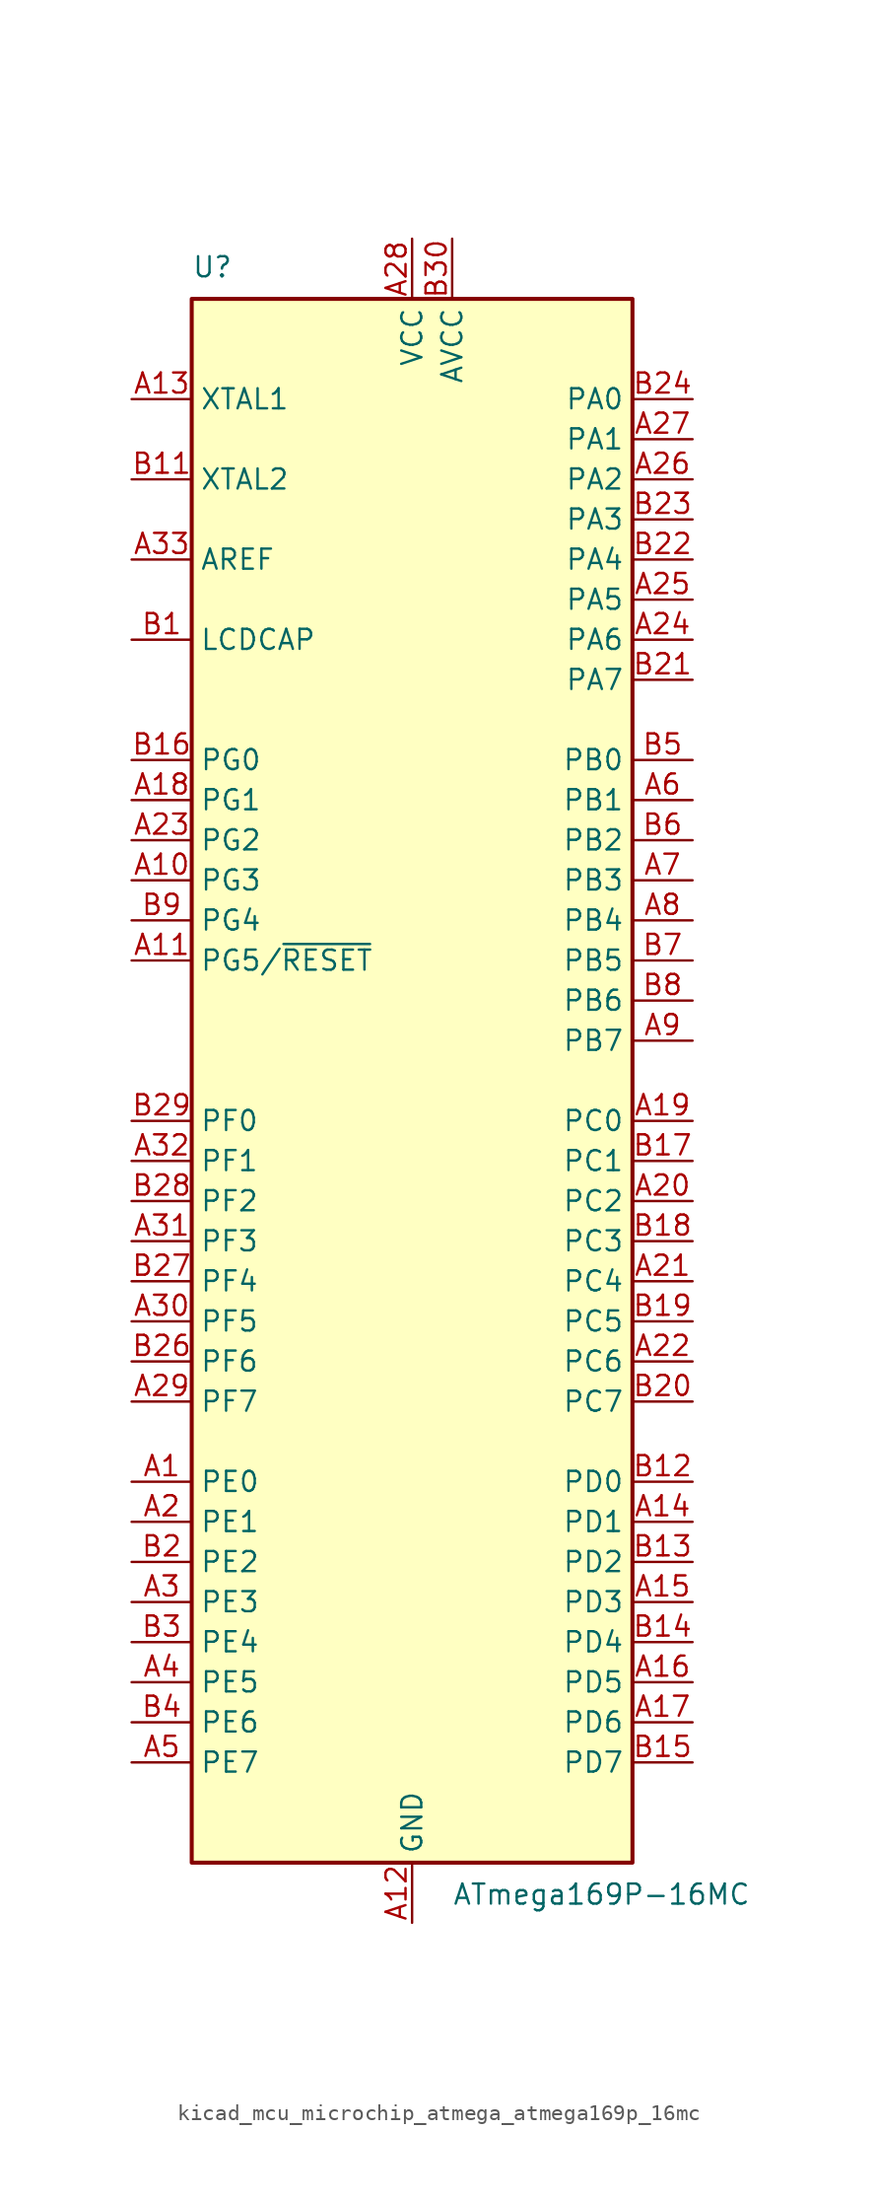
<source format=kicad_sym>
(kicad_symbol_lib
  (version 20220914)
  (generator kicad_symbol_editor)
  (symbol "kicad_mcu_microchip_atmega_atmega169p_16mc"
    (property "Reference" "U"
      (at -13.97 50.8 0)
      (effects (font (size 1.27 1.27)) (justify left bottom)))
    (property "Value" "ATmega169P-16MC"
      (at 2.54 -50.8 0)
      (effects (font (size 1.27 1.27)) (justify left top)))
    (symbol "kicad_mcu_microchip_atmega_atmega169p_16mc_0_1"
      (rectangle (start -13.97 -49.53) (end 13.97 49.53) (stroke (width 0.254) (type default)) (fill (type background))))
    (symbol "kicad_mcu_microchip_atmega_atmega169p_16mc_1_1"
      (pin bidirectional line (at -17.78 -25.4 0) (length 3.81) (name "PE0" (effects (font (size 1.27 1.27)))) (number "A1" (effects (font (size 1.27 1.27)))))
      (pin bidirectional line (at -17.78 12.7 0) (length 3.81) (name "PG3" (effects (font (size 1.27 1.27)))) (number "A10" (effects (font (size 1.27 1.27)))))
      (pin bidirectional line (at -17.78 7.62 0) (length 3.81) (name "PG5/~{RESET}" (effects (font (size 1.27 1.27)))) (number "A11" (effects (font (size 1.27 1.27)))))
      (pin power_in line (at 0 -53.34 90) (length 3.81) (name "GND" (effects (font (size 1.27 1.27)))) (number "A12" (effects (font (size 1.27 1.27)))))
      (pin input line (at -17.78 43.18 0) (length 3.81) (name "XTAL1" (effects (font (size 1.27 1.27)))) (number "A13" (effects (font (size 1.27 1.27)))))
      (pin bidirectional line (at 17.78 -27.94 180) (length 3.81) (name "PD1" (effects (font (size 1.27 1.27)))) (number "A14" (effects (font (size 1.27 1.27)))))
      (pin bidirectional line (at 17.78 -33.02 180) (length 3.81) (name "PD3" (effects (font (size 1.27 1.27)))) (number "A15" (effects (font (size 1.27 1.27)))))
      (pin bidirectional line (at 17.78 -38.1 180) (length 3.81) (name "PD5" (effects (font (size 1.27 1.27)))) (number "A16" (effects (font (size 1.27 1.27)))))
      (pin bidirectional line (at 17.78 -40.64 180) (length 3.81) (name "PD6" (effects (font (size 1.27 1.27)))) (number "A17" (effects (font (size 1.27 1.27)))))
      (pin bidirectional line (at -17.78 17.78 0) (length 3.81) (name "PG1" (effects (font (size 1.27 1.27)))) (number "A18" (effects (font (size 1.27 1.27)))))
      (pin bidirectional line (at 17.78 -2.54 180) (length 3.81) (name "PC0" (effects (font (size 1.27 1.27)))) (number "A19" (effects (font (size 1.27 1.27)))))
      (pin bidirectional line (at -17.78 -27.94 0) (length 3.81) (name "PE1" (effects (font (size 1.27 1.27)))) (number "A2" (effects (font (size 1.27 1.27)))))
      (pin bidirectional line (at 17.78 -7.62 180) (length 3.81) (name "PC2" (effects (font (size 1.27 1.27)))) (number "A20" (effects (font (size 1.27 1.27)))))
      (pin bidirectional line (at 17.78 -12.7 180) (length 3.81) (name "PC4" (effects (font (size 1.27 1.27)))) (number "A21" (effects (font (size 1.27 1.27)))))
      (pin bidirectional line (at 17.78 -17.78 180) (length 3.81) (name "PC6" (effects (font (size 1.27 1.27)))) (number "A22" (effects (font (size 1.27 1.27)))))
      (pin bidirectional line (at -17.78 15.24 0) (length 3.81) (name "PG2" (effects (font (size 1.27 1.27)))) (number "A23" (effects (font (size 1.27 1.27)))))
      (pin bidirectional line (at 17.78 27.94 180) (length 3.81) (name "PA6" (effects (font (size 1.27 1.27)))) (number "A24" (effects (font (size 1.27 1.27)))))
      (pin bidirectional line (at 17.78 30.48 180) (length 3.81) (name "PA5" (effects (font (size 1.27 1.27)))) (number "A25" (effects (font (size 1.27 1.27)))))
      (pin bidirectional line (at 17.78 38.1 180) (length 3.81) (name "PA2" (effects (font (size 1.27 1.27)))) (number "A26" (effects (font (size 1.27 1.27)))))
      (pin bidirectional line (at 17.78 40.64 180) (length 3.81) (name "PA1" (effects (font (size 1.27 1.27)))) (number "A27" (effects (font (size 1.27 1.27)))))
      (pin power_in line (at 0 53.34 270) (length 3.81) (name "VCC" (effects (font (size 1.27 1.27)))) (number "A28" (effects (font (size 1.27 1.27)))))
      (pin bidirectional line (at -17.78 -20.32 0) (length 3.81) (name "PF7" (effects (font (size 1.27 1.27)))) (number "A29" (effects (font (size 1.27 1.27)))))
      (pin bidirectional line (at -17.78 -33.02 0) (length 3.81) (name "PE3" (effects (font (size 1.27 1.27)))) (number "A3" (effects (font (size 1.27 1.27)))))
      (pin bidirectional line (at -17.78 -15.24 0) (length 3.81) (name "PF5" (effects (font (size 1.27 1.27)))) (number "A30" (effects (font (size 1.27 1.27)))))
      (pin bidirectional line (at -17.78 -10.16 0) (length 3.81) (name "PF3" (effects (font (size 1.27 1.27)))) (number "A31" (effects (font (size 1.27 1.27)))))
      (pin bidirectional line (at -17.78 -5.08 0) (length 3.81) (name "PF1" (effects (font (size 1.27 1.27)))) (number "A32" (effects (font (size 1.27 1.27)))))
      (pin passive line (at -17.78 33.02 0) (length 3.81) (name "AREF" (effects (font (size 1.27 1.27)))) (number "A33" (effects (font (size 1.27 1.27)))))
      (pin passive line (at 0 -53.34 90) (length 3.81) hide (name "GND" (effects (font (size 1.27 1.27)))) (number "A34" (effects (font (size 1.27 1.27)))))
      (pin bidirectional line (at -17.78 -38.1 0) (length 3.81) (name "PE5" (effects (font (size 1.27 1.27)))) (number "A4" (effects (font (size 1.27 1.27)))))
      (pin bidirectional line (at -17.78 -43.18 0) (length 3.81) (name "PE7" (effects (font (size 1.27 1.27)))) (number "A5" (effects (font (size 1.27 1.27)))))
      (pin bidirectional line (at 17.78 17.78 180) (length 3.81) (name "PB1" (effects (font (size 1.27 1.27)))) (number "A6" (effects (font (size 1.27 1.27)))))
      (pin bidirectional line (at 17.78 12.7 180) (length 3.81) (name "PB3" (effects (font (size 1.27 1.27)))) (number "A7" (effects (font (size 1.27 1.27)))))
      (pin bidirectional line (at 17.78 10.16 180) (length 3.81) (name "PB4" (effects (font (size 1.27 1.27)))) (number "A8" (effects (font (size 1.27 1.27)))))
      (pin bidirectional line (at 17.78 2.54 180) (length 3.81) (name "PB7" (effects (font (size 1.27 1.27)))) (number "A9" (effects (font (size 1.27 1.27)))))
      (pin passive line (at -17.78 27.94 0) (length 3.81) (name "LCDCAP" (effects (font (size 1.27 1.27)))) (number "B1" (effects (font (size 1.27 1.27)))))
      (pin passive line (at 0 53.34 270) (length 3.81) hide (name "VCC" (effects (font (size 1.27 1.27)))) (number "B10" (effects (font (size 1.27 1.27)))))
      (pin output line (at -17.78 38.1 0) (length 3.81) (name "XTAL2" (effects (font (size 1.27 1.27)))) (number "B11" (effects (font (size 1.27 1.27)))))
      (pin bidirectional line (at 17.78 -25.4 180) (length 3.81) (name "PD0" (effects (font (size 1.27 1.27)))) (number "B12" (effects (font (size 1.27 1.27)))))
      (pin bidirectional line (at 17.78 -30.48 180) (length 3.81) (name "PD2" (effects (font (size 1.27 1.27)))) (number "B13" (effects (font (size 1.27 1.27)))))
      (pin bidirectional line (at 17.78 -35.56 180) (length 3.81) (name "PD4" (effects (font (size 1.27 1.27)))) (number "B14" (effects (font (size 1.27 1.27)))))
      (pin bidirectional line (at 17.78 -43.18 180) (length 3.81) (name "PD7" (effects (font (size 1.27 1.27)))) (number "B15" (effects (font (size 1.27 1.27)))))
      (pin bidirectional line (at -17.78 20.32 0) (length 3.81) (name "PG0" (effects (font (size 1.27 1.27)))) (number "B16" (effects (font (size 1.27 1.27)))))
      (pin bidirectional line (at 17.78 -5.08 180) (length 3.81) (name "PC1" (effects (font (size 1.27 1.27)))) (number "B17" (effects (font (size 1.27 1.27)))))
      (pin bidirectional line (at 17.78 -10.16 180) (length 3.81) (name "PC3" (effects (font (size 1.27 1.27)))) (number "B18" (effects (font (size 1.27 1.27)))))
      (pin bidirectional line (at 17.78 -15.24 180) (length 3.81) (name "PC5" (effects (font (size 1.27 1.27)))) (number "B19" (effects (font (size 1.27 1.27)))))
      (pin bidirectional line (at -17.78 -30.48 0) (length 3.81) (name "PE2" (effects (font (size 1.27 1.27)))) (number "B2" (effects (font (size 1.27 1.27)))))
      (pin bidirectional line (at 17.78 -20.32 180) (length 3.81) (name "PC7" (effects (font (size 1.27 1.27)))) (number "B20" (effects (font (size 1.27 1.27)))))
      (pin bidirectional line (at 17.78 25.4 180) (length 3.81) (name "PA7" (effects (font (size 1.27 1.27)))) (number "B21" (effects (font (size 1.27 1.27)))))
      (pin bidirectional line (at 17.78 33.02 180) (length 3.81) (name "PA4" (effects (font (size 1.27 1.27)))) (number "B22" (effects (font (size 1.27 1.27)))))
      (pin bidirectional line (at 17.78 35.56 180) (length 3.81) (name "PA3" (effects (font (size 1.27 1.27)))) (number "B23" (effects (font (size 1.27 1.27)))))
      (pin bidirectional line (at 17.78 43.18 180) (length 3.81) (name "PA0" (effects (font (size 1.27 1.27)))) (number "B24" (effects (font (size 1.27 1.27)))))
      (pin passive line (at 0 -53.34 90) (length 3.81) hide (name "GND" (effects (font (size 1.27 1.27)))) (number "B25" (effects (font (size 1.27 1.27)))))
      (pin bidirectional line (at -17.78 -17.78 0) (length 3.81) (name "PF6" (effects (font (size 1.27 1.27)))) (number "B26" (effects (font (size 1.27 1.27)))))
      (pin bidirectional line (at -17.78 -12.7 0) (length 3.81) (name "PF4" (effects (font (size 1.27 1.27)))) (number "B27" (effects (font (size 1.27 1.27)))))
      (pin bidirectional line (at -17.78 -7.62 0) (length 3.81) (name "PF2" (effects (font (size 1.27 1.27)))) (number "B28" (effects (font (size 1.27 1.27)))))
      (pin bidirectional line (at -17.78 -2.54 0) (length 3.81) (name "PF0" (effects (font (size 1.27 1.27)))) (number "B29" (effects (font (size 1.27 1.27)))))
      (pin bidirectional line (at -17.78 -35.56 0) (length 3.81) (name "PE4" (effects (font (size 1.27 1.27)))) (number "B3" (effects (font (size 1.27 1.27)))))
      (pin power_in line (at 2.54 53.34 270) (length 3.81) (name "AVCC" (effects (font (size 1.27 1.27)))) (number "B30" (effects (font (size 1.27 1.27)))))
      (pin bidirectional line (at -17.78 -40.64 0) (length 3.81) (name "PE6" (effects (font (size 1.27 1.27)))) (number "B4" (effects (font (size 1.27 1.27)))))
      (pin bidirectional line (at 17.78 20.32 180) (length 3.81) (name "PB0" (effects (font (size 1.27 1.27)))) (number "B5" (effects (font (size 1.27 1.27)))))
      (pin bidirectional line (at 17.78 15.24 180) (length 3.81) (name "PB2" (effects (font (size 1.27 1.27)))) (number "B6" (effects (font (size 1.27 1.27)))))
      (pin bidirectional line (at 17.78 7.62 180) (length 3.81) (name "PB5" (effects (font (size 1.27 1.27)))) (number "B7" (effects (font (size 1.27 1.27)))))
      (pin bidirectional line (at 17.78 5.08 180) (length 3.81) (name "PB6" (effects (font (size 1.27 1.27)))) (number "B8" (effects (font (size 1.27 1.27)))))
      (pin bidirectional line (at -17.78 10.16 0) (length 3.81) (name "PG4" (effects (font (size 1.27 1.27)))) (number "B9" (effects (font (size 1.27 1.27)))))
      (pin passive line (at 0 -53.34 90) (length 3.81) hide (name "GND" (effects (font (size 1.27 1.27)))) (number "EP" (effects (font (size 1.27 1.27))))))))
</source>
